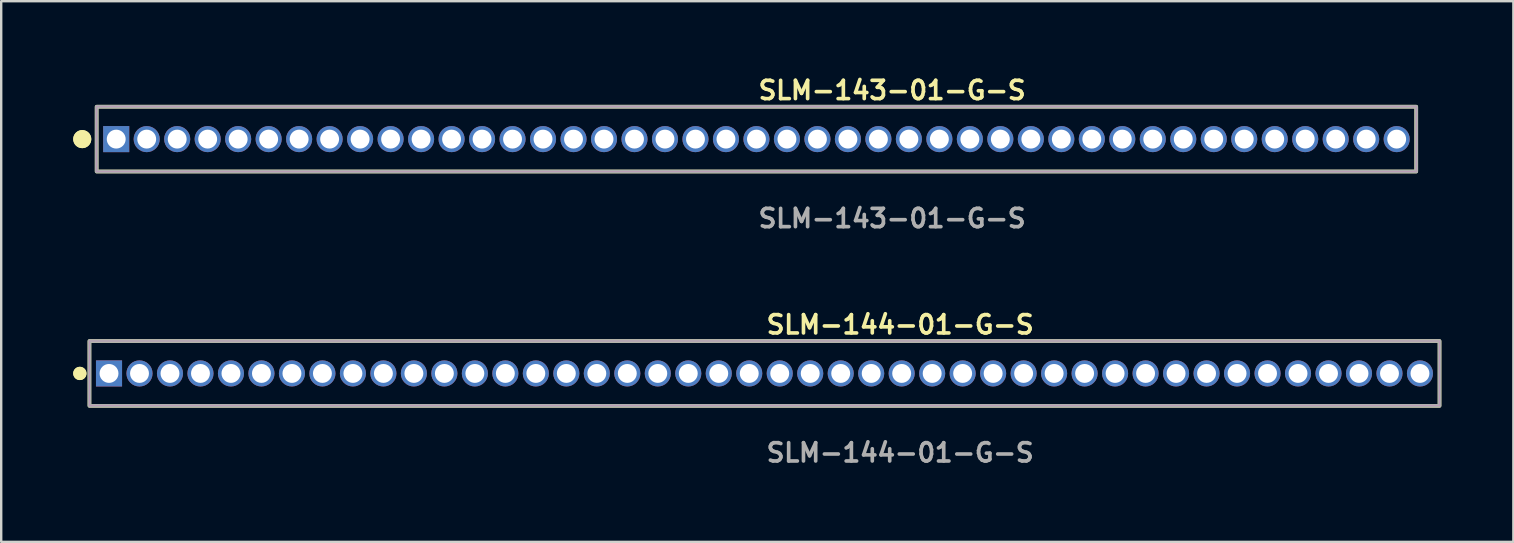
<source format=kicad_pcb>
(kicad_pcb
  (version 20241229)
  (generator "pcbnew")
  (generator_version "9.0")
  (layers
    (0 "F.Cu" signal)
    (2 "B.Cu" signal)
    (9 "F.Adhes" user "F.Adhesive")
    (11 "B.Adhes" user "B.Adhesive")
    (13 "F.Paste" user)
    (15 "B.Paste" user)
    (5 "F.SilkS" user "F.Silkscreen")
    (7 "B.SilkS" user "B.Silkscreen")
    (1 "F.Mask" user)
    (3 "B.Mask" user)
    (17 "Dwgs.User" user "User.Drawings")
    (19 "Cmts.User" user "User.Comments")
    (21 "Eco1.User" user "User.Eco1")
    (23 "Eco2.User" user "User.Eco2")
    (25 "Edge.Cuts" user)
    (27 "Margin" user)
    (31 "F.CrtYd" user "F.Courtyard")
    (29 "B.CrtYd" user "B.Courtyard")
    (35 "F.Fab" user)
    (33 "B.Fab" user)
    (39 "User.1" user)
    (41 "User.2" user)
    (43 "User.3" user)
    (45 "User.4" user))
  (footprint "SLM-144-01-G-S"
    (layer "F.Cu")
    (at 28.796 12.506)
    (property "Reference" "SLM-144-01-G-S" (at 0 -2.032 0) (unlocked yes) (layer "F.SilkS") (effects (font (size 0.762 0.762) (thickness 0.152)) (justify left)))
    (fp_rect (start -28.12 1.35) (end 28.12 -1.35) (stroke (width 0.152) (type solid)) (fill no) (layer "F.SilkS"))
    (fp_circle (center -28.52 0) (end -28.72 0) (stroke (width 0.152) (type solid)) (fill yes) (layer "F.SilkS"))
    (fp_circle (center -28.52 0) (end -28.72 0) (stroke (width 0.152) (type solid)) (fill yes) (layer "F.SilkS"))
    (fp_rect (start -28.12 1.35) (end 28.12 -1.35) (stroke (width 0.006) (type solid)) (fill no) (layer "F.CrtYd"))
    (fp_rect (start -28.12 1.35) (end 28.12 -1.35) (stroke (width 0.152) (type solid)) (fill no) (layer "F.Fab"))
    (fp_text user "${REFERENCE}" (at 0 3.302 0) (unlocked yes) (layer "F.Fab") (effects (font (size 0.762 0.762) (thickness 0.152)) (justify left)))
    (pad "1" thru_hole rect (at -27.305 0) (size 1.087 1.087) (drill 0.787) (layers "*.Cu" "*.Mask"))
    (pad "2" thru_hole circle (at -26.035 0) (size 1.087 1.087) (drill 0.787) (layers "*.Cu" "*.Mask"))
    (pad "3" thru_hole circle (at -24.765 0) (size 1.087 1.087) (drill 0.787) (layers "*.Cu" "*.Mask"))
    (pad "4" thru_hole circle (at -23.495 0) (size 1.087 1.087) (drill 0.787) (layers "*.Cu" "*.Mask"))
    (pad "5" thru_hole circle (at -22.225 0) (size 1.087 1.087) (drill 0.787) (layers "*.Cu" "*.Mask"))
    (pad "6" thru_hole circle (at -20.955 0) (size 1.087 1.087) (drill 0.787) (layers "*.Cu" "*.Mask"))
    (pad "7" thru_hole circle (at -19.685 0) (size 1.087 1.087) (drill 0.787) (layers "*.Cu" "*.Mask"))
    (pad "8" thru_hole circle (at -18.415 0) (size 1.087 1.087) (drill 0.787) (layers "*.Cu" "*.Mask"))
    (pad "9" thru_hole circle (at -17.145 0) (size 1.087 1.087) (drill 0.787) (layers "*.Cu" "*.Mask"))
    (pad "10" thru_hole circle (at -15.875 0) (size 1.087 1.087) (drill 0.787) (layers "*.Cu" "*.Mask"))
    (pad "11" thru_hole circle (at -14.605 0) (size 1.087 1.087) (drill 0.787) (layers "*.Cu" "*.Mask"))
    (pad "12" thru_hole circle (at -13.335 0) (size 1.087 1.087) (drill 0.787) (layers "*.Cu" "*.Mask"))
    (pad "13" thru_hole circle (at -12.065 0) (size 1.087 1.087) (drill 0.787) (layers "*.Cu" "*.Mask"))
    (pad "14" thru_hole circle (at -10.795 0) (size 1.087 1.087) (drill 0.787) (layers "*.Cu" "*.Mask"))
    (pad "15" thru_hole circle (at -9.525 0) (size 1.087 1.087) (drill 0.787) (layers "*.Cu" "*.Mask"))
    (pad "16" thru_hole circle (at -8.255 0) (size 1.087 1.087) (drill 0.787) (layers "*.Cu" "*.Mask"))
    (pad "17" thru_hole circle (at -6.985 0) (size 1.087 1.087) (drill 0.787) (layers "*.Cu" "*.Mask"))
    (pad "18" thru_hole circle (at -5.715 0) (size 1.087 1.087) (drill 0.787) (layers "*.Cu" "*.Mask"))
    (pad "19" thru_hole circle (at -4.445 0) (size 1.087 1.087) (drill 0.787) (layers "*.Cu" "*.Mask"))
    (pad "20" thru_hole circle (at -3.175 0) (size 1.087 1.087) (drill 0.787) (layers "*.Cu" "*.Mask"))
    (pad "21" thru_hole circle (at -1.905 0) (size 1.087 1.087) (drill 0.787) (layers "*.Cu" "*.Mask"))
    (pad "22" thru_hole circle (at -0.635 0) (size 1.087 1.087) (drill 0.787) (layers "*.Cu" "*.Mask"))
    (pad "23" thru_hole circle (at 0.635 0) (size 1.087 1.087) (drill 0.787) (layers "*.Cu" "*.Mask"))
    (pad "24" thru_hole circle (at 1.905 0) (size 1.087 1.087) (drill 0.787) (layers "*.Cu" "*.Mask"))
    (pad "25" thru_hole circle (at 3.175 0) (size 1.087 1.087) (drill 0.787) (layers "*.Cu" "*.Mask"))
    (pad "26" thru_hole circle (at 4.445 0) (size 1.087 1.087) (drill 0.787) (layers "*.Cu" "*.Mask"))
    (pad "27" thru_hole circle (at 5.715 0) (size 1.087 1.087) (drill 0.787) (layers "*.Cu" "*.Mask"))
    (pad "28" thru_hole circle (at 6.985 0) (size 1.087 1.087) (drill 0.787) (layers "*.Cu" "*.Mask"))
    (pad "29" thru_hole circle (at 8.255 0) (size 1.087 1.087) (drill 0.787) (layers "*.Cu" "*.Mask"))
    (pad "30" thru_hole circle (at 9.525 0) (size 1.087 1.087) (drill 0.787) (layers "*.Cu" "*.Mask"))
    (pad "31" thru_hole circle (at 10.795 0) (size 1.087 1.087) (drill 0.787) (layers "*.Cu" "*.Mask"))
    (pad "32" thru_hole circle (at 12.065 0) (size 1.087 1.087) (drill 0.787) (layers "*.Cu" "*.Mask"))
    (pad "33" thru_hole circle (at 13.335 0) (size 1.087 1.087) (drill 0.787) (layers "*.Cu" "*.Mask"))
    (pad "34" thru_hole circle (at 14.605 0) (size 1.087 1.087) (drill 0.787) (layers "*.Cu" "*.Mask"))
    (pad "35" thru_hole circle (at 15.875 0) (size 1.087 1.087) (drill 0.787) (layers "*.Cu" "*.Mask"))
    (pad "36" thru_hole circle (at 17.145 0) (size 1.087 1.087) (drill 0.787) (layers "*.Cu" "*.Mask"))
    (pad "37" thru_hole circle (at 18.415 0) (size 1.087 1.087) (drill 0.787) (layers "*.Cu" "*.Mask"))
    (pad "38" thru_hole circle (at 19.685 0) (size 1.087 1.087) (drill 0.787) (layers "*.Cu" "*.Mask"))
    (pad "39" thru_hole circle (at 20.955 0) (size 1.087 1.087) (drill 0.787) (layers "*.Cu" "*.Mask"))
    (pad "40" thru_hole circle (at 22.225 0) (size 1.087 1.087) (drill 0.787) (layers "*.Cu" "*.Mask"))
    (pad "41" thru_hole circle (at 23.495 0) (size 1.087 1.087) (drill 0.787) (layers "*.Cu" "*.Mask"))
    (pad "42" thru_hole circle (at 24.765 0) (size 1.087 1.087) (drill 0.787) (layers "*.Cu" "*.Mask"))
    (pad "43" thru_hole circle (at 26.035 0) (size 1.087 1.087) (drill 0.787) (layers "*.Cu" "*.Mask"))
    (pad "44" thru_hole circle (at 27.305 0) (size 1.087 1.087) (drill 0.787) (layers "*.Cu" "*.Mask")))
  (footprint "SLM-143-01-G-S"
    (layer "F.Cu")
    (at 28.461 2.745)
    (property "Reference" "SLM-143-01-G-S" (at 0 -2.032 0) (unlocked yes) (layer "F.SilkS") (effects (font (size 0.762 0.762) (thickness 0.152)) (justify left)))
    (fp_rect (start -27.485 1.35) (end 27.485 -1.35) (stroke (width 0.152) (type solid)) (fill no) (layer "F.SilkS"))
    (fp_circle (center -28.085 0) (end -28.385 0) (stroke (width 0.152) (type solid)) (fill yes) (layer "F.SilkS"))
    (fp_circle (center -28.085 0) (end -28.385 0) (stroke (width 0.152) (type solid)) (fill yes) (layer "F.SilkS"))
    (fp_rect (start -27.485 1.35) (end 27.485 -1.35) (stroke (width 0.006) (type solid)) (fill no) (layer "F.CrtYd"))
    (fp_rect (start -27.485 1.35) (end 27.485 -1.35) (stroke (width 0.152) (type solid)) (fill no) (layer "F.Fab"))
    (fp_text user "${REFERENCE}" (at 0 3.302 0) (unlocked yes) (layer "F.Fab") (effects (font (size 0.762 0.762) (thickness 0.152)) (justify left)))
    (pad "1" thru_hole rect (at -26.67 0) (size 1.087 1.087) (drill 0.787) (layers "*.Cu" "*.Mask"))
    (pad "2" thru_hole circle (at -25.4 0) (size 1.087 1.087) (drill 0.787) (layers "*.Cu" "*.Mask"))
    (pad "3" thru_hole circle (at -24.13 0) (size 1.087 1.087) (drill 0.787) (layers "*.Cu" "*.Mask"))
    (pad "4" thru_hole circle (at -22.86 0) (size 1.087 1.087) (drill 0.787) (layers "*.Cu" "*.Mask"))
    (pad "5" thru_hole circle (at -21.59 0) (size 1.087 1.087) (drill 0.787) (layers "*.Cu" "*.Mask"))
    (pad "6" thru_hole circle (at -20.32 0) (size 1.087 1.087) (drill 0.787) (layers "*.Cu" "*.Mask"))
    (pad "7" thru_hole circle (at -19.05 0) (size 1.087 1.087) (drill 0.787) (layers "*.Cu" "*.Mask"))
    (pad "8" thru_hole circle (at -17.78 0) (size 1.087 1.087) (drill 0.787) (layers "*.Cu" "*.Mask"))
    (pad "9" thru_hole circle (at -16.51 0) (size 1.087 1.087) (drill 0.787) (layers "*.Cu" "*.Mask"))
    (pad "10" thru_hole circle (at -15.24 0) (size 1.087 1.087) (drill 0.787) (layers "*.Cu" "*.Mask"))
    (pad "11" thru_hole circle (at -13.97 0) (size 1.087 1.087) (drill 0.787) (layers "*.Cu" "*.Mask"))
    (pad "12" thru_hole circle (at -12.7 0) (size 1.087 1.087) (drill 0.787) (layers "*.Cu" "*.Mask"))
    (pad "13" thru_hole circle (at -11.43 0) (size 1.087 1.087) (drill 0.787) (layers "*.Cu" "*.Mask"))
    (pad "14" thru_hole circle (at -10.16 0) (size 1.087 1.087) (drill 0.787) (layers "*.Cu" "*.Mask"))
    (pad "15" thru_hole circle (at -8.89 0) (size 1.087 1.087) (drill 0.787) (layers "*.Cu" "*.Mask"))
    (pad "16" thru_hole circle (at -7.62 0) (size 1.087 1.087) (drill 0.787) (layers "*.Cu" "*.Mask"))
    (pad "17" thru_hole circle (at -6.35 0) (size 1.087 1.087) (drill 0.787) (layers "*.Cu" "*.Mask"))
    (pad "18" thru_hole circle (at -5.08 0) (size 1.087 1.087) (drill 0.787) (layers "*.Cu" "*.Mask"))
    (pad "19" thru_hole circle (at -3.81 0) (size 1.087 1.087) (drill 0.787) (layers "*.Cu" "*.Mask"))
    (pad "20" thru_hole circle (at -2.54 0) (size 1.087 1.087) (drill 0.787) (layers "*.Cu" "*.Mask"))
    (pad "21" thru_hole circle (at -1.27 0) (size 1.087 1.087) (drill 0.787) (layers "*.Cu" "*.Mask"))
    (pad "22" thru_hole circle (at 0 0) (size 1.087 1.087) (drill 0.787) (layers "*.Cu" "*.Mask"))
    (pad "23" thru_hole circle (at 1.27 0) (size 1.087 1.087) (drill 0.787) (layers "*.Cu" "*.Mask"))
    (pad "24" thru_hole circle (at 2.54 0) (size 1.087 1.087) (drill 0.787) (layers "*.Cu" "*.Mask"))
    (pad "25" thru_hole circle (at 3.81 0) (size 1.087 1.087) (drill 0.787) (layers "*.Cu" "*.Mask"))
    (pad "26" thru_hole circle (at 5.08 0) (size 1.087 1.087) (drill 0.787) (layers "*.Cu" "*.Mask"))
    (pad "27" thru_hole circle (at 6.35 0) (size 1.087 1.087) (drill 0.787) (layers "*.Cu" "*.Mask"))
    (pad "28" thru_hole circle (at 7.62 0) (size 1.087 1.087) (drill 0.787) (layers "*.Cu" "*.Mask"))
    (pad "29" thru_hole circle (at 8.89 0) (size 1.087 1.087) (drill 0.787) (layers "*.Cu" "*.Mask"))
    (pad "30" thru_hole circle (at 10.16 0) (size 1.087 1.087) (drill 0.787) (layers "*.Cu" "*.Mask"))
    (pad "31" thru_hole circle (at 11.43 0) (size 1.087 1.087) (drill 0.787) (layers "*.Cu" "*.Mask"))
    (pad "32" thru_hole circle (at 12.7 0) (size 1.087 1.087) (drill 0.787) (layers "*.Cu" "*.Mask"))
    (pad "33" thru_hole circle (at 13.97 0) (size 1.087 1.087) (drill 0.787) (layers "*.Cu" "*.Mask"))
    (pad "34" thru_hole circle (at 15.24 0) (size 1.087 1.087) (drill 0.787) (layers "*.Cu" "*.Mask"))
    (pad "35" thru_hole circle (at 16.51 0) (size 1.087 1.087) (drill 0.787) (layers "*.Cu" "*.Mask"))
    (pad "36" thru_hole circle (at 17.78 0) (size 1.087 1.087) (drill 0.787) (layers "*.Cu" "*.Mask"))
    (pad "37" thru_hole circle (at 19.05 0) (size 1.087 1.087) (drill 0.787) (layers "*.Cu" "*.Mask"))
    (pad "38" thru_hole circle (at 20.32 0) (size 1.087 1.087) (drill 0.787) (layers "*.Cu" "*.Mask"))
    (pad "39" thru_hole circle (at 21.59 0) (size 1.087 1.087) (drill 0.787) (layers "*.Cu" "*.Mask"))
    (pad "40" thru_hole circle (at 22.86 0) (size 1.087 1.087) (drill 0.787) (layers "*.Cu" "*.Mask"))
    (pad "41" thru_hole circle (at 24.13 0) (size 1.087 1.087) (drill 0.787) (layers "*.Cu" "*.Mask"))
    (pad "42" thru_hole circle (at 25.4 0) (size 1.087 1.087) (drill 0.787) (layers "*.Cu" "*.Mask"))
    (pad "43" thru_hole circle (at 26.67 0) (size 1.087 1.087) (drill 0.787) (layers "*.Cu" "*.Mask")))
  (gr_rect
    (start -3 -3)
    (end 59.992 19.521)
    (stroke (width 0.1) (type default))
    (fill no)
    (layer "Edge.Cuts")))
</source>
